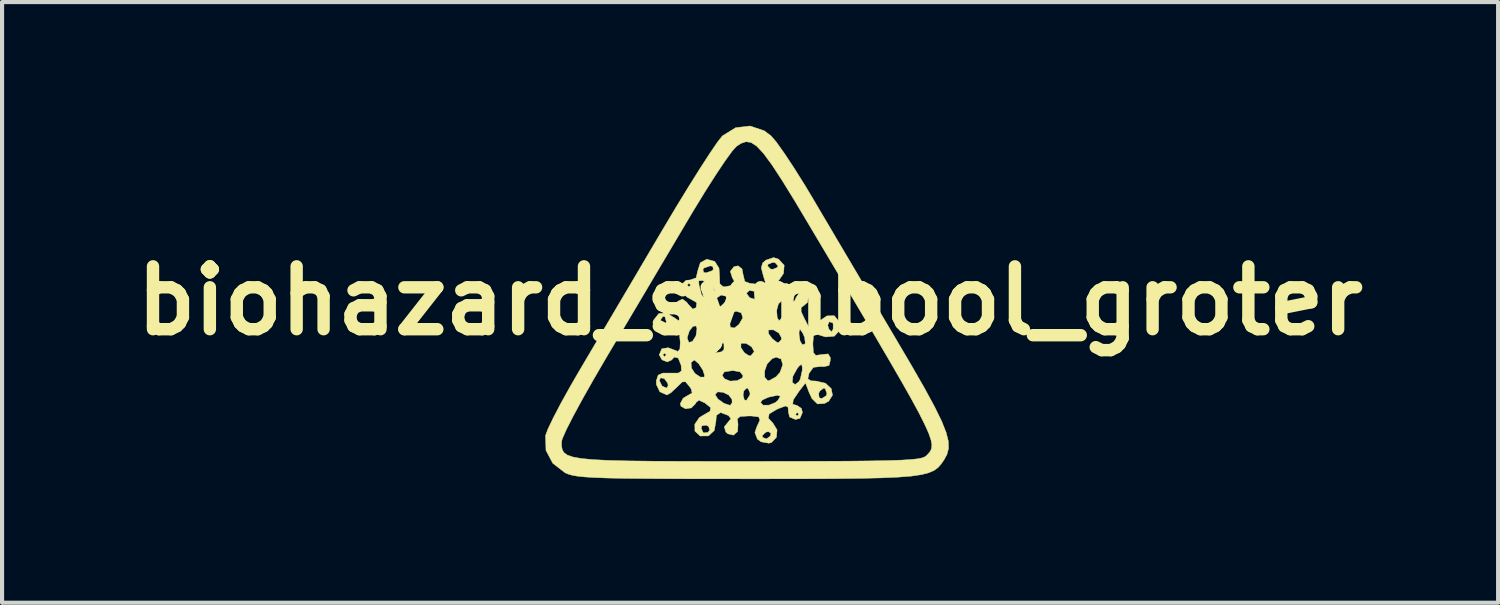
<source format=kicad_pcb>
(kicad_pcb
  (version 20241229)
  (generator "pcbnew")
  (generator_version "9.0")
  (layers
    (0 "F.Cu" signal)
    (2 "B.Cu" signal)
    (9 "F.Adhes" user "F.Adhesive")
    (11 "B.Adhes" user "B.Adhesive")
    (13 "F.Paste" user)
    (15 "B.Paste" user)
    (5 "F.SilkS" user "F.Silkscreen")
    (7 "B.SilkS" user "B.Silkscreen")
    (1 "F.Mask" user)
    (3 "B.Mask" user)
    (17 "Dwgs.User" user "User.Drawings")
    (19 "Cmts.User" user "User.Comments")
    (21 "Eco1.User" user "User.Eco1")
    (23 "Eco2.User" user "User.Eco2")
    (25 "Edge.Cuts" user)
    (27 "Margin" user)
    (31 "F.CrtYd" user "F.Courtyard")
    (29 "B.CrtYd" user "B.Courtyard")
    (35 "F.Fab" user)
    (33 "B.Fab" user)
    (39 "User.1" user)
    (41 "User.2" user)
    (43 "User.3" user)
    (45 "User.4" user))
  (footprint "biohazard_symbool_groter"
    (layer "F.Cu")
    (at 15.138 4.243)
    (property "Reference" "biohazard_symbool_groter" (at 0 0 0) (layer "F.SilkS") (effects (font (size 1.524 1.524) (thickness 0.3))))
    (attr through_hole)
    (fp_poly (pts (xy 0.342 -4.123) (xy 0.507 -4) (xy 0.635 -3.851) (xy 0.826 -3.583) (xy 1.061 -3.228) (xy 1.32 -2.816) (xy 1.511 -2.498) (xy 1.763 -2.071) (xy 2.079 -1.535) (xy 2.44 -0.925) (xy 2.823 -0.277) (xy 3.208 0.373) (xy 3.51 0.883) (xy 3.912 1.566) (xy 4.231 2.122) (xy 4.473 2.568) (xy 4.646 2.92) (xy 4.755 3.196) (xy 4.809 3.412) (xy 4.812 3.584) (xy 4.773 3.73) (xy 4.703 3.858) (xy 4.633 3.959) (xy 4.558 4.044) (xy 4.462 4.114) (xy 4.332 4.171) (xy 4.153 4.217) (xy 3.91 4.252) (xy 3.591 4.277) (xy 3.179 4.295) (xy 2.662 4.307) (xy 2.024 4.314) (xy 1.251 4.317) (xy 0.33 4.318) (xy -0.103 4.318) (xy -1.049 4.317) (xy -1.84 4.316) (xy -2.493 4.312) (xy -3.021 4.307) (xy -3.439 4.299) (xy -3.764 4.287) (xy -4.009 4.272) (xy -4.19 4.253) (xy -4.322 4.229) (xy -4.419 4.2) (xy -4.487 4.17) (xy -4.785 3.939) (xy -4.949 3.628) (xy -4.955 3.42) (xy -4.572 3.42) (xy -4.57 3.523) (xy -4.554 3.611) (xy -4.512 3.683) (xy -4.43 3.742) (xy -4.295 3.789) (xy -4.093 3.825) (xy -3.812 3.852) (xy -3.436 3.871) (xy -2.955 3.883) (xy -2.353 3.89) (xy -1.617 3.894) (xy -0.735 3.895) (xy -0.03 3.895) (xy 0.929 3.894) (xy 1.732 3.892) (xy 2.393 3.889) (xy 2.928 3.883) (xy 3.349 3.875) (xy 3.671 3.864) (xy 3.907 3.849) (xy 4.073 3.831) (xy 4.181 3.808) (xy 4.246 3.78) (xy 4.27 3.762) (xy 4.328 3.703) (xy 4.374 3.644) (xy 4.402 3.575) (xy 4.408 3.487) (xy 4.385 3.367) (xy 4.329 3.206) (xy 4.233 2.993) (xy 4.094 2.717) (xy 3.905 2.369) (xy 3.661 1.938) (xy 3.357 1.413) (xy 2.988 0.784) (xy 2.548 0.04) (xy 2.032 -0.829) (xy 1.461 -1.789) (xy 1.081 -2.426) (xy 0.772 -2.927) (xy 0.523 -3.307) (xy 0.323 -3.577) (xy 0.16 -3.75) (xy 0.023 -3.839) (xy -0.1 -3.857) (xy -0.221 -3.816) (xy -0.331 -3.744) (xy -0.438 -3.624) (xy -0.613 -3.382) (xy -0.84 -3.042) (xy -1.103 -2.628) (xy -1.386 -2.165) (xy -1.47 -2.024) (xy -1.798 -1.47) (xy -2.184 -0.82) (xy -2.597 -0.122) (xy -3.01 0.574) (xy -3.393 1.22) (xy -3.483 1.371) (xy -3.793 1.903) (xy -4.067 2.388) (xy -4.292 2.803) (xy -4.458 3.13) (xy -4.553 3.346) (xy -4.572 3.42) (xy -4.955 3.42) (xy -4.96 3.27) (xy -4.96 3.269) (xy -4.901 3.109) (xy -4.769 2.834) (xy -4.58 2.473) (xy -4.348 2.056) (xy -4.135 1.689) (xy -3.874 1.247) (xy -3.548 0.696) (xy -3.181 0.074) (xy -2.794 -0.581) (xy -2.41 -1.233) (xy -2.138 -1.693) (xy -1.811 -2.242) (xy -1.498 -2.754) (xy -1.215 -3.205) (xy -0.974 -3.577) (xy -0.79 -3.847) (xy -0.675 -3.993) (xy -0.668 -4) (xy -0.349 -4.197) (xy -0.001 -4.238) (xy 0.342 -4.123)) (stroke (width 0.01) (type solid)) (fill yes) (layer "F.SilkS"))
    (fp_poly (pts (xy 0.689 -1.01) (xy 0.827 -0.862) (xy 0.812 -0.663) (xy 0.673 -0.461) (xy 0.563 -0.325) (xy 0.571 -0.255) (xy 0.63 -0.225) (xy 0.743 -0.234) (xy 0.762 -0.299) (xy 0.83 -0.409) (xy 0.889 -0.423) (xy 1.001 -0.356) (xy 1.016 -0.296) (xy 0.965 -0.184) (xy 0.921 -0.169) (xy 0.881 -0.123) (xy 0.938 -0.035) (xy 1.029 0.049) (xy 1.089 -0.013) (xy 1.114 -0.077) (xy 1.218 -0.229) (xy 1.334 -0.23) (xy 1.413 -0.117) (xy 1.395 0.038) (xy 1.325 0.099) (xy 1.238 0.167) (xy 1.239 0.265) (xy 1.319 0.436) (xy 1.453 0.694) (xy 1.558 0.595) (xy 1.883 0.595) (xy 1.912 0.689) (xy 1.977 0.753) (xy 2.014 0.689) (xy 2.015 0.557) (xy 1.998 0.531) (xy 1.917 0.511) (xy 1.883 0.595) (xy 1.558 0.595) (xy 1.642 0.517) (xy 1.864 0.367) (xy 2.043 0.363) (xy 2.158 0.505) (xy 2.162 0.517) (xy 2.165 0.729) (xy 2.043 0.859) (xy 1.834 0.877) (xy 1.75 0.852) (xy 1.599 0.806) (xy 1.537 0.852) (xy 1.524 1.025) (xy 1.524 1.062) (xy 1.535 1.257) (xy 1.593 1.324) (xy 1.734 1.305) (xy 1.736 1.305) (xy 1.892 1.289) (xy 1.945 1.374) (xy 1.947 1.436) (xy 1.915 1.569) (xy 1.787 1.599) (xy 1.724 1.594) (xy 1.535 1.614) (xy 1.431 1.757) (xy 1.401 1.892) (xy 1.478 1.942) (xy 1.601 1.947) (xy 1.829 2) (xy 1.968 2.129) (xy 1.999 2.289) (xy 1.907 2.435) (xy 1.806 2.491) (xy 1.634 2.502) (xy 1.5 2.371) (xy 1.442 2.244) (xy 1.663 2.244) (xy 1.676 2.353) (xy 1.738 2.371) (xy 1.848 2.303) (xy 1.863 2.244) (xy 1.822 2.131) (xy 1.787 2.117) (xy 1.695 2.184) (xy 1.663 2.244) (xy 1.442 2.244) (xy 1.429 2.215) (xy 1.344 1.992) (xy 1.182 2.202) (xy 1.047 2.403) (xy 1.035 2.509) (xy 1.142 2.54) (xy 1.143 2.54) (xy 1.246 2.611) (xy 1.27 2.709) (xy 1.21 2.851) (xy 1.101 2.879) (xy 0.959 2.819) (xy 0.942 2.752) (xy 1.101 2.752) (xy 1.143 2.794) (xy 1.185 2.752) (xy 1.143 2.709) (xy 1.101 2.752) (xy 0.942 2.752) (xy 0.931 2.709) (xy 0.921 2.581) (xy 0.861 2.551) (xy 0.706 2.608) (xy 0.639 2.638) (xy 0.463 2.744) (xy 0.443 2.847) (xy 0.554 2.967) (xy 0.655 3.132) (xy 0.639 3.311) (xy 0.521 3.436) (xy 0.458 3.454) (xy 0.267 3.42) (xy 0.177 3.354) (xy 0.144 3.267) (xy 0.296 3.267) (xy 0.303 3.312) (xy 0.396 3.35) (xy 0.488 3.284) (xy 0.508 3.215) (xy 0.446 3.173) (xy 0.381 3.187) (xy 0.296 3.267) (xy 0.144 3.267) (xy 0.117 3.195) (xy 0.163 3.059) (xy 0.239 2.892) (xy 0.209 2.816) (xy 0.045 2.795) (xy -0.044 2.794) (xy -0.24 2.806) (xy -0.308 2.863) (xy -0.292 2.994) (xy -0.302 3.171) (xy -0.403 3.259) (xy -0.542 3.225) (xy -0.588 3.181) (xy -0.626 3.058) (xy -0.547 2.961) (xy -0.464 2.859) (xy -0.525 2.782) (xy -0.525 2.782) (xy -0.714 2.71) (xy -0.817 2.779) (xy -0.829 2.931) (xy -0.868 3.147) (xy -1.009 3.277) (xy -1.208 3.279) (xy -1.216 3.276) (xy -1.338 3.16) (xy -1.338 3.093) (xy -1.185 3.093) (xy -1.132 3.205) (xy -1.025 3.192) (xy -0.979 3.142) (xy -1.002 3.052) (xy -1.059 3.017) (xy -1.168 3.031) (xy -1.185 3.093) (xy -1.338 3.093) (xy -1.34 2.993) (xy -1.231 2.834) (xy -1.143 2.779) (xy -0.97 2.679) (xy -0.956 2.59) (xy -1.096 2.478) (xy -1.103 2.474) (xy -1.241 2.411) (xy -1.31 2.466) (xy -1.323 2.496) (xy -1.424 2.598) (xy -1.567 2.619) (xy -1.675 2.558) (xy -1.693 2.495) (xy -1.623 2.364) (xy -1.522 2.302) (xy -1.474 2.276) (xy -0.847 2.276) (xy -0.78 2.382) (xy -0.631 2.488) (xy -0.481 2.537) (xy -0.435 2.472) (xy -0.435 2.465) (xy 0.254 2.465) (xy 0.317 2.532) (xy 0.461 2.53) (xy 0.616 2.467) (xy 0.677 2.413) (xy 0.734 2.316) (xy 0.667 2.292) (xy 0.462 2.335) (xy 0.445 2.339) (xy 0.296 2.407) (xy 0.254 2.465) (xy -0.435 2.465) (xy -0.439 2.392) (xy -0.512 2.291) (xy -0.169 2.291) (xy -0.137 2.408) (xy -0.085 2.413) (xy -0.007 2.29) (xy 0 2.239) (xy -0.047 2.129) (xy -0.085 2.117) (xy -0.153 2.188) (xy -0.169 2.291) (xy -0.512 2.291) (xy -0.515 2.287) (xy -0.653 2.22) (xy -0.786 2.209) (xy -0.847 2.274) (xy -0.847 2.276) (xy -1.474 2.276) (xy -1.406 2.239) (xy -1.424 2.145) (xy -1.474 2.072) (xy -1.556 1.976) (xy 1.023 1.976) (xy 1.092 2.032) (xy 1.183 1.964) (xy 1.219 1.898) (xy 1.264 1.692) (xy 1.267 1.623) (xy 1.251 1.537) (xy 1.188 1.585) (xy 1.14 1.646) (xy 1.039 1.83) (xy 1.023 1.976) (xy -1.556 1.976) (xy -1.567 1.963) (xy -1.645 1.969) (xy -1.774 2.094) (xy -1.775 2.095) (xy -1.919 2.229) (xy -2.014 2.285) (xy -2.014 2.285) (xy -2.188 2.208) (xy -2.273 2.028) (xy -2.272 1.938) (xy -2.271 1.933) (xy -2.201 1.933) (xy -2.134 2.068) (xy -2.021 2.117) (xy -1.986 2.054) (xy -2.001 1.99) (xy -2.083 1.884) (xy -2.171 1.869) (xy -2.201 1.933) (xy -2.271 1.933) (xy -2.229 1.803) (xy -2.115 1.753) (xy -1.939 1.753) (xy -1.739 1.753) (xy -1.664 1.703) (xy -1.672 1.572) (xy -1.673 1.562) (xy -1.698 1.499) (xy -1.431 1.499) (xy -1.419 1.634) (xy -1.338 1.761) (xy -1.207 1.85) (xy -1.114 1.85) (xy -1.101 1.815) (xy -1.103 1.808) (xy -0.676 1.808) (xy -0.621 1.891) (xy -0.484 1.948) (xy -0.314 1.937) (xy -0.19 1.872) (xy -0.169 1.82) (xy -0.245 1.72) (xy -0.367 1.702) (xy 0.353 1.702) (xy 0.355 1.854) (xy 0.426 1.934) (xy 0.47 1.934) (xy 0.629 1.844) (xy 0.727 1.735) (xy 0.793 1.55) (xy 0.753 1.413) (xy 0.634 1.367) (xy 0.532 1.406) (xy 0.414 1.533) (xy 0.353 1.702) (xy -0.367 1.702) (xy -0.423 1.693) (xy -0.624 1.724) (xy -0.676 1.808) (xy -1.103 1.808) (xy -1.146 1.678) (xy -1.244 1.528) (xy -1.344 1.442) (xy -1.358 1.439) (xy -1.431 1.499) (xy -1.698 1.499) (xy -1.741 1.39) (xy -1.837 1.366) (xy -1.903 1.436) (xy -2.008 1.483) (xy -2.135 1.432) (xy -2.201 1.316) (xy -2.201 1.312) (xy -2.117 1.312) (xy -2.074 1.355) (xy -2.032 1.312) (xy -2.074 1.27) (xy -2.117 1.312) (xy -2.201 1.312) (xy -2.201 1.308) (xy -2.141 1.164) (xy -1.985 1.139) (xy -1.864 1.184) (xy -1.747 1.229) (xy -1.701 1.166) (xy -1.698 1.1) (xy -0.989 1.1) (xy -0.979 1.177) (xy -0.846 1.263) (xy -0.689 1.237) (xy -0.633 1.182) (xy -0.633 1.137) (xy -0.222 1.137) (xy -0.139 1.259) (xy -0.026 1.334) (xy 0.019 1.334) (xy 0.096 1.24) (xy 0.098 1.226) (xy 0.036 1.115) (xy -0.093 1.034) (xy -0.209 1.03) (xy -0.22 1.038) (xy -0.222 1.137) (xy -0.633 1.137) (xy -0.634 1.052) (xy -0.684 0.966) (xy -0.785 0.882) (xy -0.888 0.937) (xy -0.913 0.961) (xy -0.989 1.1) (xy -1.698 1.1) (xy -1.693 1.009) (xy -1.702 0.91) (xy -1.523 0.91) (xy -1.484 1.01) (xy -1.399 0.987) (xy -1.317 0.859) (xy -1.31 0.84) (xy -1.293 0.716) (xy 0.441 0.716) (xy 0.452 0.803) (xy 0.541 0.923) (xy 0.652 1.008) (xy 0.688 1.016) (xy 0.755 0.948) (xy 0.762 0.898) (xy 0.715 0.811) (xy 1.188 0.811) (xy 1.212 0.974) (xy 1.268 1.067) (xy 1.327 1.05) (xy 1.338 1.024) (xy 1.323 0.887) (xy 1.279 0.786) (xy 1.21 0.687) (xy 1.19 0.745) (xy 1.188 0.811) (xy 0.715 0.811) (xy 0.7 0.784) (xy 0.569 0.705) (xy 0.45 0.708) (xy 0.441 0.716) (xy -1.293 0.716) (xy -1.288 0.677) (xy -1.309 0.61) (xy -1.387 0.621) (xy -1.472 0.732) (xy -1.521 0.884) (xy -1.523 0.91) (xy -1.702 0.91) (xy -1.709 0.827) (xy -1.783 0.77) (xy -1.905 0.783) (xy -2.131 0.775) (xy -2.297 0.681) (xy -2.348 0.555) (xy -2.201 0.555) (xy -2.154 0.665) (xy -2.117 0.677) (xy -2.049 0.606) (xy -2.032 0.503) (xy -2.065 0.386) (xy -2.117 0.381) (xy -2.195 0.504) (xy -2.201 0.555) (xy -2.348 0.555) (xy -2.357 0.533) (xy -2.344 0.476) (xy -2.214 0.311) (xy -2.027 0.295) (xy -1.825 0.419) (xy -1.658 0.536) (xy -1.569 0.512) (xy -1.575 0.466) (xy -0.508 0.466) (xy -0.476 0.642) (xy -0.38 0.66) (xy -0.271 0.576) (xy -0.176 0.415) (xy -0.213 0.292) (xy -0.339 0.254) (xy -0.471 0.304) (xy -0.508 0.466) (xy -1.575 0.466) (xy -1.584 0.398) (xy -1.696 0.269) (xy -1.734 0.231) (xy -1.012 0.231) (xy -0.904 0.234) (xy -0.903 0.233) (xy 0.645 0.233) (xy 0.658 0.407) (xy 0.659 0.412) (xy 0.705 0.485) (xy 0.771 0.412) (xy 0.837 0.225) (xy 0.845 0.148) (xy 0.811 0.022) (xy 0.772 0) (xy 0.69 0.071) (xy 0.645 0.233) (xy -0.903 0.233) (xy -0.693 0.12) (xy -0.689 0.117) (xy -0.56 -0.01) (xy -0.584 -0.109) (xy -0.701 -0.139) (xy -0.845 -0.044) (xy -0.999 0.132) (xy -1.012 0.231) (xy -1.734 0.231) (xy -1.817 0.152) (xy -1.808 0.067) (xy -1.752 0.014) (xy -1.639 -0.041) (xy -1.535 0.037) (xy -1.498 0.087) (xy -1.39 0.201) (xy -1.313 0.169) (xy -1.306 0.159) (xy -1.294 0.05) (xy -1.328 0.023) (xy -1.536 -0.093) (xy -1.65 -0.244) (xy -1.661 -0.381) (xy -1.524 -0.381) (xy -1.482 -0.339) (xy -1.439 -0.381) (xy -1.482 -0.423) (xy -1.524 -0.381) (xy -1.661 -0.381) (xy -1.662 -0.389) (xy -1.565 -0.485) (xy -1.245 -0.485) (xy -1.237 -0.374) (xy -1.191 -0.213) (xy -1.185 -0.162) (xy -1.131 -0.09) (xy -0.979 -0.142) (xy -0.931 -0.172) (xy -0.927 -0.176) (xy -0.085 -0.176) (xy -0.009 -0.075) (xy 0.181 -0.013) (xy 0.243 -0.007) (xy 0.316 -0.025) (xy 0.259 -0.121) (xy 0.254 -0.127) (xy 0.12 -0.227) (xy -0.015 -0.251) (xy -0.084 -0.188) (xy -0.085 -0.176) (xy -0.927 -0.176) (xy -0.855 -0.25) (xy -0.912 -0.337) (xy -0.969 -0.383) (xy -1.15 -0.491) (xy -1.245 -0.485) (xy -1.565 -0.485) (xy -1.562 -0.488) (xy -1.442 -0.508) (xy -1.308 -0.556) (xy -1.27 -0.722) (xy -1.257 -0.762) (xy -1.143 -0.762) (xy -1.125 -0.689) (xy -1.068 -0.677) (xy -0.922 -0.727) (xy -0.889 -0.762) (xy -0.907 -0.835) (xy -0.964 -0.847) (xy -1.11 -0.797) (xy -1.143 -0.762) (xy -1.257 -0.762) (xy -1.207 -0.922) (xy -1.051 -1.007) (xy -0.856 -0.954) (xy -0.753 -0.79) (xy -0.741 -0.602) (xy -0.734 -0.413) (xy -0.657 -0.343) (xy -0.607 -0.339) (xy -0.424 -0.377) (xy -0.385 -0.48) (xy -0.431 -0.56) (xy -0.479 -0.713) (xy -0.391 -0.826) (xy -0.291 -0.847) (xy -0.195 -0.773) (xy -0.169 -0.635) (xy -0.128 -0.468) (xy -0.007 -0.423) (xy 0.205 -0.397) (xy 0.288 -0.372) (xy 0.369 -0.359) (xy 0.375 -0.437) (xy 0.324 -0.597) (xy 0.272 -0.797) (xy 0.285 -0.847) (xy 0.423 -0.847) (xy 0.492 -0.772) (xy 0.55 -0.762) (xy 0.663 -0.808) (xy 0.677 -0.847) (xy 0.609 -0.922) (xy 0.55 -0.931) (xy 0.438 -0.886) (xy 0.423 -0.847) (xy 0.285 -0.847) (xy 0.304 -0.915) (xy 0.38 -0.983) (xy 0.57 -1.048) (xy 0.689 -1.01)) (stroke (width 0.01) (type solid)) (fill yes) (layer "F.SilkS")))
  (gr_rect
    (start -3 -3)
    (end 33.277 11.566)
    (stroke (width 0.1) (type default))
    (fill no)
    (layer "Edge.Cuts")))
</source>
